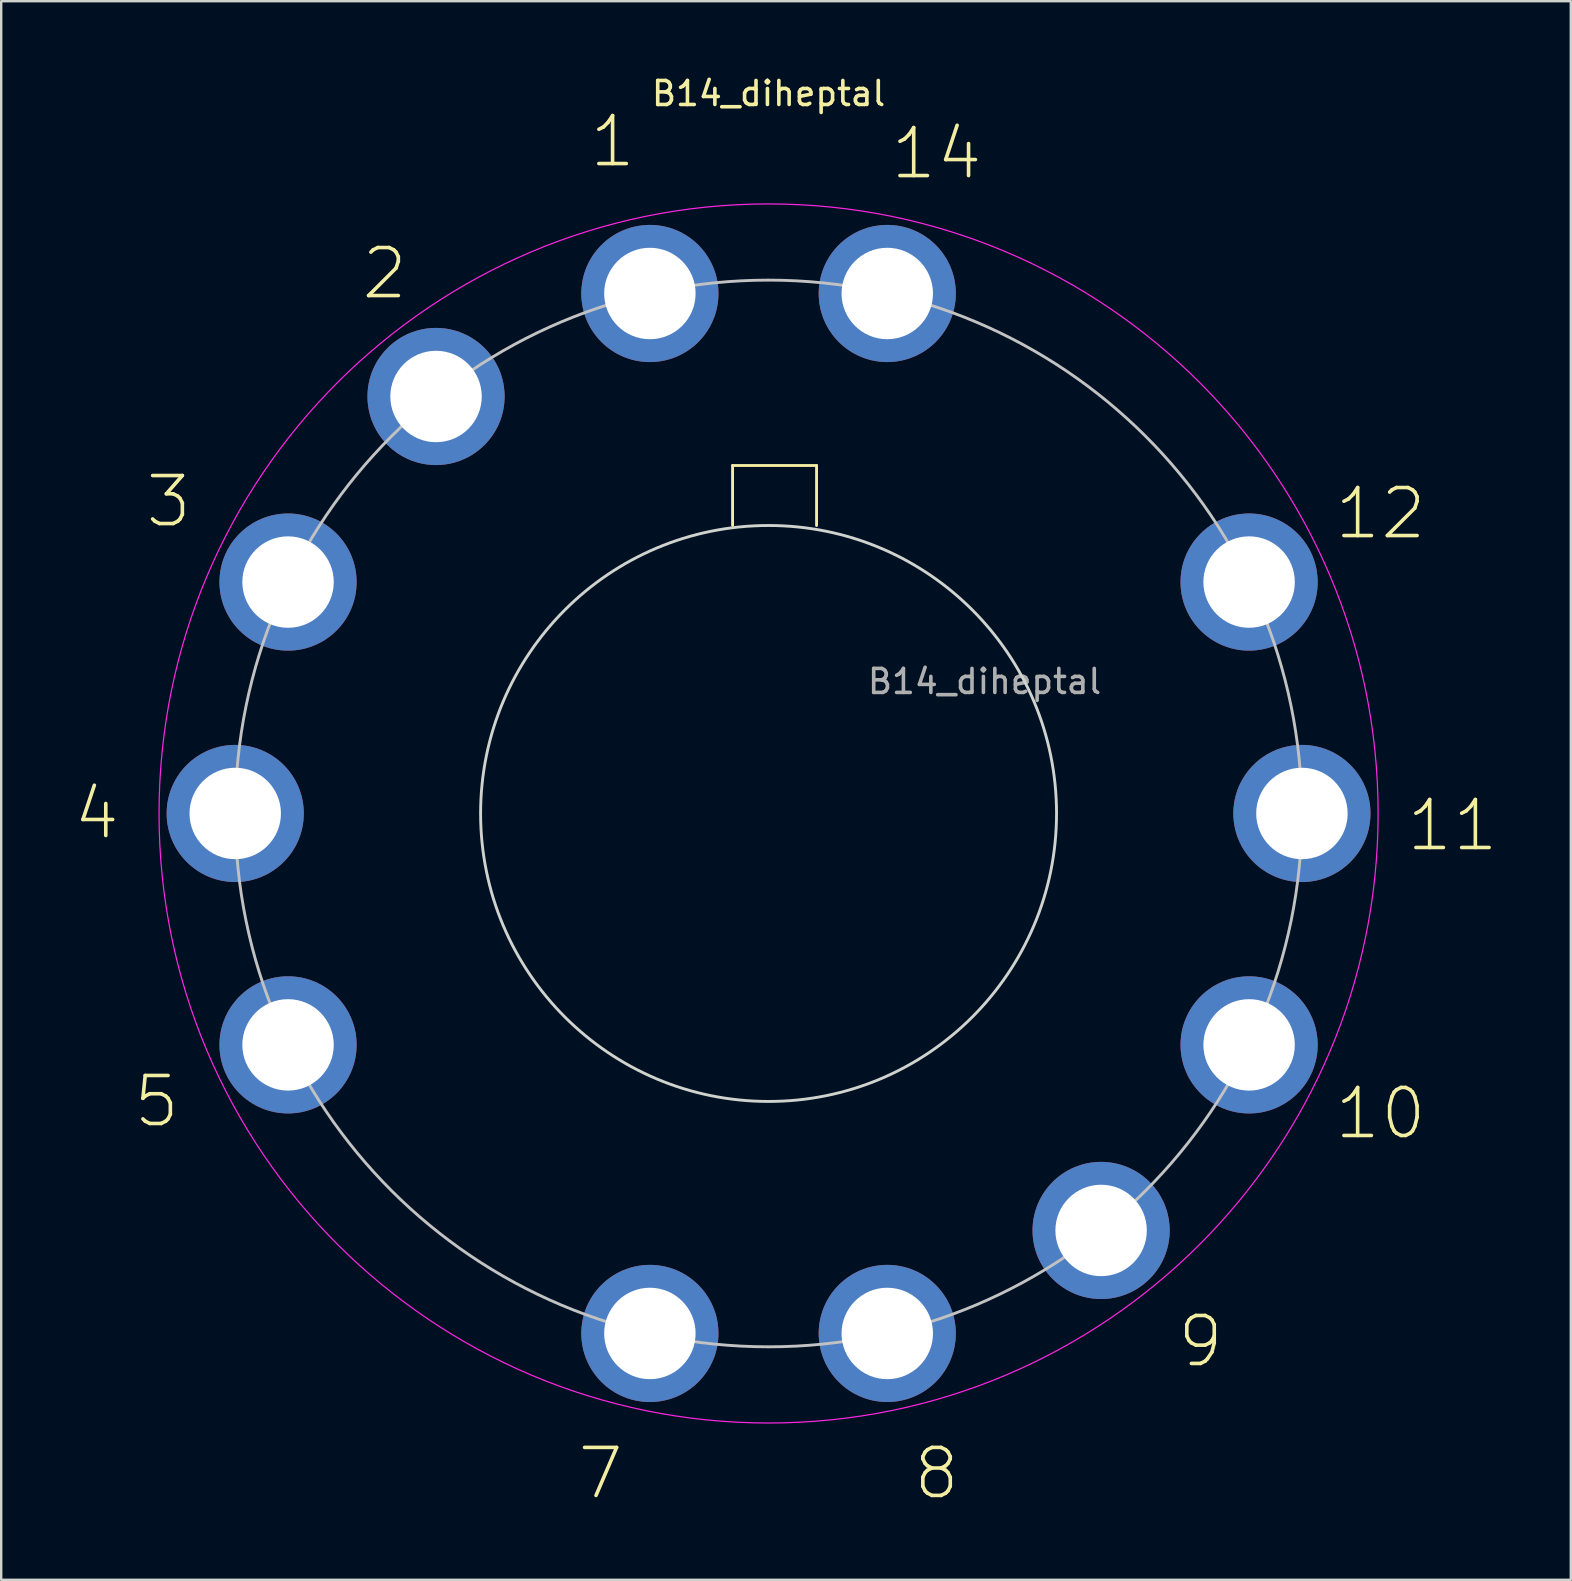
<source format=kicad_pcb>
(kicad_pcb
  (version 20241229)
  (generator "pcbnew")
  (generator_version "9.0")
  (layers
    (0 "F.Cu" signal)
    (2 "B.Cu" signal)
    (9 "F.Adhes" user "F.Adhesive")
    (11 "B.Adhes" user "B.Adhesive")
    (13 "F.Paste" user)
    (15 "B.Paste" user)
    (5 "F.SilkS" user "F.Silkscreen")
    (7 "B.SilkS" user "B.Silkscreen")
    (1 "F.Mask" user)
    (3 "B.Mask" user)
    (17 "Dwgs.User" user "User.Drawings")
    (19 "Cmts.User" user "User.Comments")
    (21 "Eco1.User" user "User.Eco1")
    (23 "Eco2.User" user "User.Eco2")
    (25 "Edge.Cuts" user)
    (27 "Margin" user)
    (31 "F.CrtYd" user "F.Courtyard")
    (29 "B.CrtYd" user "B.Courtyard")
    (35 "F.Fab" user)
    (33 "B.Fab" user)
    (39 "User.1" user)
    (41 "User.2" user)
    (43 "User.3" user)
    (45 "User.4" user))
  (footprint "B14_diheptal"
    (layer "F.Cu")
    (at 28.977 30.848)
    (property "Reference" "B14_diheptal" (at 0 -30 0) (unlocked yes) (layer "F.SilkS") (effects (font (size 1 1) (thickness 0.15))))
    (attr through_hole)
    (fp_line (start -1.5 -14.5) (end 2 -14.5) (stroke (width 0.12) (type solid)) (layer "F.SilkS"))
    (fp_line (start -1.5 -12) (end -1.5 -14.5) (stroke (width 0.12) (type solid)) (layer "F.SilkS"))
    (fp_line (start 2 -14.5) (end 2 -12) (stroke (width 0.12) (type solid)) (layer "F.SilkS"))
    (fp_circle (center 0 0) (end 0 22.225) (stroke (width 0.12) (type solid)) (fill no) (layer "Dwgs.User"))
    (fp_circle (center 0 0) (end 0 12) (stroke (width 0.12) (type solid)) (fill no) (layer "Edge.Cuts"))
    (fp_circle (center 0 0) (end 0 25.4) (stroke (width 0.05) (type solid)) (fill no) (layer "F.CrtYd"))
    (fp_text user "10" (at 25.5 12.5 0) (unlocked yes) (layer "F.SilkS") (effects (font (size 2 2) (thickness 0.15))))
    (fp_text user "3" (at -25 -13 0) (unlocked yes) (layer "F.SilkS") (effects (font (size 2 2) (thickness 0.15))))
    (fp_text user "14" (at 7 -27.5 0) (unlocked yes) (layer "F.SilkS") (effects (font (size 2 2) (thickness 0.15))))
    (fp_text user "9" (at 18 22 0) (unlocked yes) (layer "F.SilkS") (effects (font (size 2 2) (thickness 0.15))))
    (fp_text user "4" (at -28 0 0) (unlocked yes) (layer "F.SilkS") (effects (font (size 2 2) (thickness 0.15))))
    (fp_text user "5" (at -25.5 12 0) (unlocked yes) (layer "F.SilkS") (effects (font (size 2 2) (thickness 0.15))))
    (fp_text user "7" (at -7 27.5 0) (unlocked yes) (layer "F.SilkS") (effects (font (size 2 2) (thickness 0.15))))
    (fp_text user "11" (at 28.5 0.5 0) (unlocked yes) (layer "F.SilkS") (effects (font (size 2 2) (thickness 0.15))))
    (fp_text user "12" (at 25.5 -12.5 0) (unlocked yes) (layer "F.SilkS") (effects (font (size 2 2) (thickness 0.15))))
    (fp_text user "1" (at -6.5 -28 0) (unlocked yes) (layer "F.SilkS") (effects (font (size 2 2) (thickness 0.15))))
    (fp_text user "8" (at 7 27.5 0) (unlocked yes) (layer "F.SilkS") (effects (font (size 2 2) (thickness 0.15))))
    (fp_text user "2" (at -16 -22.5 0) (unlocked yes) (layer "F.SilkS") (effects (font (size 2 2) (thickness 0.15))))
    (fp_text user "${REFERENCE}" (at 9 -5.5 0) (unlocked yes) (layer "F.Fab") (effects (font (size 1 1) (thickness 0.15))))
    (pad "1" thru_hole circle (at -4.946 -21.668) (size 5.715 5.715) (drill 3.81) (layers "*.Cu" "*.Mask"))
    (pad "2" thru_hole circle (at -13.857 -17.376) (size 5.715 5.715) (drill 3.81) (layers "*.Cu" "*.Mask"))
    (pad "3" thru_hole circle (at -20.024 -9.643) (size 5.715 5.715) (drill 3.81) (layers "*.Cu" "*.Mask"))
    (pad "4" thru_hole circle (at -22.225 0) (size 5.715 5.715) (drill 3.81) (layers "*.Cu" "*.Mask"))
    (pad "5" thru_hole circle (at -20.024 9.643) (size 5.715 5.715) (drill 3.81) (layers "*.Cu" "*.Mask"))
    (pad "7" thru_hole circle (at -4.946 21.668) (size 5.715 5.715) (drill 3.81) (layers "*.Cu" "*.Mask"))
    (pad "8" thru_hole circle (at 4.946 21.668) (size 5.715 5.715) (drill 3.81) (layers "*.Cu" "*.Mask"))
    (pad "9" thru_hole circle (at 13.857 17.376) (size 5.715 5.715) (drill 3.81) (layers "*.Cu" "*.Mask"))
    (pad "10" thru_hole circle (at 20.024 9.643) (size 5.715 5.715) (drill 3.81) (layers "*.Cu" "*.Mask"))
    (pad "11" thru_hole circle (at 22.225 0) (size 5.715 5.715) (drill 3.81) (layers "*.Cu" "*.Mask"))
    (pad "12" thru_hole circle (at 20.024 -9.643) (size 5.715 5.715) (drill 3.81) (layers "*.Cu" "*.Mask"))
    (pad "14" thru_hole circle (at 4.946 -21.668) (size 5.715 5.715) (drill 3.81) (layers "*.Cu" "*.Mask")))
  (gr_rect
    (start -3 -3)
    (end 62.407 62.782)
    (stroke (width 0.1) (type default))
    (fill no)
    (layer "Edge.Cuts")))
</source>
